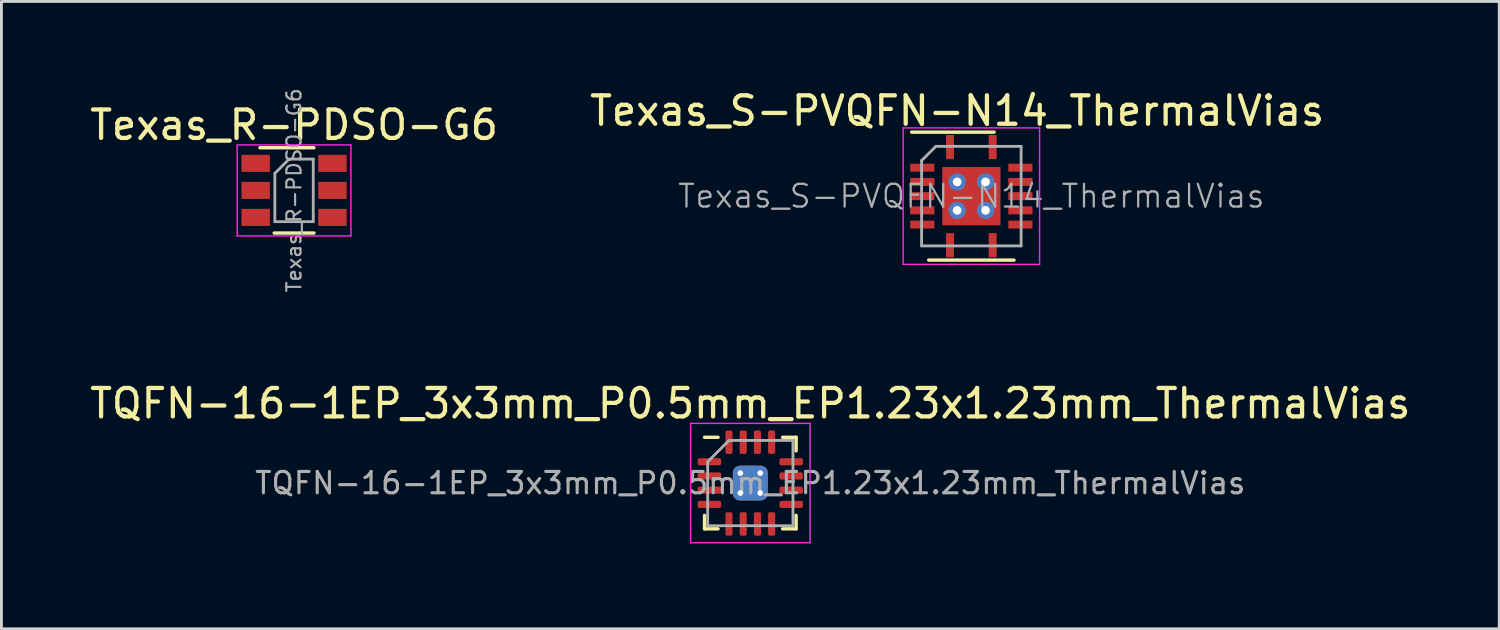
<source format=kicad_pcb>
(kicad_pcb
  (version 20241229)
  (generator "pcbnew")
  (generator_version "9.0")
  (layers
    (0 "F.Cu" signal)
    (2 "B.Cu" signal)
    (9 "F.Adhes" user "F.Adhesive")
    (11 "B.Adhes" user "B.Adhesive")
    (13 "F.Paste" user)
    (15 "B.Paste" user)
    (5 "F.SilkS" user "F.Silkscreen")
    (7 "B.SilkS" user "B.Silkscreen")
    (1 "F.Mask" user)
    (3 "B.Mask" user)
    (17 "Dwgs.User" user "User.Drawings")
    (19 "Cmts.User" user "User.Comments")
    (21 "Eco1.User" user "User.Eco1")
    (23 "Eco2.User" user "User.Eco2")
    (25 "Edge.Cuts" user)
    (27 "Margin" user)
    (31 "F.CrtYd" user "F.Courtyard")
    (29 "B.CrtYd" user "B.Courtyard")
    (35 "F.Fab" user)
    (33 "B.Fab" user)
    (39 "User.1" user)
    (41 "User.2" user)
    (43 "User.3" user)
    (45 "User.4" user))
  (footprint "Texas_S-PVQFN-N14_ThermalVias"
    (layer "F.Cu")
    (at 31.113 3.848)
    (property "Reference" "Texas_S-PVQFN-N14_ThermalVias" (at -0.5 -3 0) (layer "F.SilkS") (effects (font (size 1 1) (thickness 0.15))))
    (attr smd)
    (fp_line (start -1.5 2.25) (end 1.5 2.25) (stroke (width 0.12) (type solid)) (layer "F.SilkS"))
    (fp_line (start 0.8 -2.25) (end -2.1 -2.25) (stroke (width 0.12) (type solid)) (layer "F.SilkS"))
    (fp_line (start -2.4 -2.4) (end 2.4 -2.4) (stroke (width 0.05) (type solid)) (layer "F.CrtYd"))
    (fp_line (start -2.4 2.4) (end -2.4 -2.4) (stroke (width 0.05) (type solid)) (layer "F.CrtYd"))
    (fp_line (start 2.4 -2.4) (end 2.4 2.4) (stroke (width 0.05) (type solid)) (layer "F.CrtYd"))
    (fp_line (start 2.4 2.4) (end -2.4 2.4) (stroke (width 0.05) (type solid)) (layer "F.CrtYd"))
    (fp_line (start -1.75 1.75) (end -1.75 -1.25) (stroke (width 0.1) (type solid)) (layer "F.Fab"))
    (fp_line (start -1.25 -1.75) (end -1.75 -1.25) (stroke (width 0.1) (type solid)) (layer "F.Fab"))
    (fp_line (start -1.25 -1.75) (end 1.75 -1.75) (stroke (width 0.1) (type solid)) (layer "F.Fab"))
    (fp_line (start 1.75 -1.75) (end 1.75 1.75) (stroke (width 0.1) (type solid)) (layer "F.Fab"))
    (fp_line (start 1.75 1.75) (end -1.75 1.75) (stroke (width 0.1) (type solid)) (layer "F.Fab"))
    (fp_text user "${REFERENCE}" (at 0 0 0) (layer "F.Fab") (effects (font (size 0.8 0.8) (thickness 0.08))))
    (pad "" smd rect (at -0.56 -0.56 270) (size 0.82 0.82) (layers "F.Paste"))
    (pad "" smd rect (at -0.56 0.56 270) (size 0.82 0.82) (layers "F.Paste"))
    (pad "" smd rect (at 0.56 -0.56 270) (size 0.82 0.82) (layers "F.Paste"))
    (pad "" smd rect (at 0.56 0.56 270) (size 0.82 0.82) (layers "F.Paste"))
    (pad "1" smd rect (at -0.75 -1.725 270) (size 0.85 0.28) (layers "F.Cu" "F.Mask" "F.Paste"))
    (pad "2" smd rect (at -1.725 -1 270) (size 0.28 0.85) (layers "F.Cu" "F.Mask" "F.Paste"))
    (pad "3" smd rect (at -1.725 -0.5 270) (size 0.28 0.85) (layers "F.Cu" "F.Mask" "F.Paste"))
    (pad "4" smd rect (at -1.725 0 270) (size 0.28 0.85) (layers "F.Cu" "F.Mask" "F.Paste"))
    (pad "5" smd rect (at -1.725 0.5 270) (size 0.28 0.85) (layers "F.Cu" "F.Mask" "F.Paste"))
    (pad "6" smd rect (at -1.725 1 270) (size 0.28 0.85) (layers "F.Cu" "F.Mask" "F.Paste"))
    (pad "7" smd rect (at -0.75 1.725 270) (size 0.85 0.28) (layers "F.Cu" "F.Mask" "F.Paste"))
    (pad "8" smd rect (at 0.75 1.725 270) (size 0.85 0.28) (layers "F.Cu" "F.Mask" "F.Paste"))
    (pad "9" smd rect (at 1.725 1 270) (size 0.28 0.85) (layers "F.Cu" "F.Mask" "F.Paste"))
    (pad "10" smd rect (at 1.725 0.5 270) (size 0.28 0.85) (layers "F.Cu" "F.Mask" "F.Paste"))
    (pad "11" smd rect (at 1.725 0 270) (size 0.28 0.85) (layers "F.Cu" "F.Mask" "F.Paste"))
    (pad "12" smd rect (at 1.725 -0.5 270) (size 0.28 0.85) (layers "F.Cu" "F.Mask" "F.Paste"))
    (pad "13" smd rect (at 1.725 -1 270) (size 0.28 0.85) (layers "F.Cu" "F.Mask" "F.Paste"))
    (pad "14" smd rect (at 0.75 -1.725 270) (size 0.85 0.28) (layers "F.Cu" "F.Mask" "F.Paste"))
    (pad "15" thru_hole circle (at -0.5 -0.5 270) (size 0.61 0.61) (drill 0.305) (layers "*.Cu" "F.Mask"))
    (pad "15" thru_hole circle (at -0.5 0.5 270) (size 0.61 0.61) (drill 0.305) (layers "*.Cu" "F.Mask"))
    (pad "15" smd rect (at 0 0 270) (size 2.05 2.05) (layers "F.Cu" "F.Mask"))
    (pad "15" thru_hole circle (at 0.5 -0.5 270) (size 0.61 0.61) (drill 0.305) (layers "*.Cu" "F.Mask"))
    (pad "15" thru_hole circle (at 0.5 0.5 270) (size 0.61 0.61) (drill 0.305) (layers "*.Cu" "F.Mask")))
  (footprint "TQFN-16-1EP_3x3mm_P0.5mm_EP1.23x1.23mm_ThermalVias"
    (layer "F.Cu")
    (at 23.339 13.94)
    (property "Reference" "TQFN-16-1EP_3x3mm_P0.5mm_EP1.23x1.23mm_ThermalVias" (at 0 -2.8 0) (layer "F.SilkS") (effects (font (size 1 1) (thickness 0.15))))
    (attr smd)
    (fp_line (start -1.61 1.61) (end -1.61 1.135) (stroke (width 0.12) (type solid)) (layer "F.SilkS"))
    (fp_line (start -1.135 -1.61) (end -1.61 -1.61) (stroke (width 0.12) (type solid)) (layer "F.SilkS"))
    (fp_line (start -1.135 1.61) (end -1.61 1.61) (stroke (width 0.12) (type solid)) (layer "F.SilkS"))
    (fp_line (start 1.135 -1.61) (end 1.61 -1.61) (stroke (width 0.12) (type solid)) (layer "F.SilkS"))
    (fp_line (start 1.135 1.61) (end 1.61 1.61) (stroke (width 0.12) (type solid)) (layer "F.SilkS"))
    (fp_line (start 1.61 -1.61) (end 1.61 -1.135) (stroke (width 0.12) (type solid)) (layer "F.SilkS"))
    (fp_line (start 1.61 1.61) (end 1.61 1.135) (stroke (width 0.12) (type solid)) (layer "F.SilkS"))
    (fp_line (start -2.1 -2.1) (end -2.1 2.1) (stroke (width 0.05) (type solid)) (layer "F.CrtYd"))
    (fp_line (start -2.1 2.1) (end 2.1 2.1) (stroke (width 0.05) (type solid)) (layer "F.CrtYd"))
    (fp_line (start 2.1 -2.1) (end -2.1 -2.1) (stroke (width 0.05) (type solid)) (layer "F.CrtYd"))
    (fp_line (start 2.1 2.1) (end 2.1 -2.1) (stroke (width 0.05) (type solid)) (layer "F.CrtYd"))
    (fp_line (start -1.5 -0.75) (end -0.75 -1.5) (stroke (width 0.1) (type solid)) (layer "F.Fab"))
    (fp_line (start -1.5 1.5) (end -1.5 -0.75) (stroke (width 0.1) (type solid)) (layer "F.Fab"))
    (fp_line (start -0.75 -1.5) (end 1.5 -1.5) (stroke (width 0.1) (type solid)) (layer "F.Fab"))
    (fp_line (start 1.5 -1.5) (end 1.5 1.5) (stroke (width 0.1) (type solid)) (layer "F.Fab"))
    (fp_line (start 1.5 1.5) (end -1.5 1.5) (stroke (width 0.1) (type solid)) (layer "F.Fab"))
    (fp_text user "${REFERENCE}" (at 0 0 0) (layer "F.Fab") (effects (font (size 0.75 0.75) (thickness 0.11))))
    (pad "" smd roundrect (at -0.31 -0.31) (size 0.5 0.5) (layers "F.Paste") (roundrect_rratio 0.25))
    (pad "" smd roundrect (at -0.31 0.31) (size 0.5 0.5) (layers "F.Paste") (roundrect_rratio 0.25))
    (pad "" smd roundrect (at 0.31 -0.31) (size 0.5 0.5) (layers "F.Paste") (roundrect_rratio 0.25))
    (pad "" smd roundrect (at 0.31 0.31) (size 0.5 0.5) (layers "F.Paste") (roundrect_rratio 0.25))
    (pad "1" smd roundrect (at -1.438 -0.75) (size 0.825 0.25) (layers "F.Cu" "F.Mask" "F.Paste") (roundrect_rratio 0.25))
    (pad "2" smd roundrect (at -1.438 -0.25) (size 0.825 0.25) (layers "F.Cu" "F.Mask" "F.Paste") (roundrect_rratio 0.25))
    (pad "3" smd roundrect (at -1.438 0.25) (size 0.825 0.25) (layers "F.Cu" "F.Mask" "F.Paste") (roundrect_rratio 0.25))
    (pad "4" smd roundrect (at -1.438 0.75) (size 0.825 0.25) (layers "F.Cu" "F.Mask" "F.Paste") (roundrect_rratio 0.25))
    (pad "5" smd roundrect (at -0.75 1.438) (size 0.25 0.825) (layers "F.Cu" "F.Mask" "F.Paste") (roundrect_rratio 0.25))
    (pad "6" smd roundrect (at -0.25 1.438) (size 0.25 0.825) (layers "F.Cu" "F.Mask" "F.Paste") (roundrect_rratio 0.25))
    (pad "7" smd roundrect (at 0.25 1.438) (size 0.25 0.825) (layers "F.Cu" "F.Mask" "F.Paste") (roundrect_rratio 0.25))
    (pad "8" smd roundrect (at 0.75 1.438) (size 0.25 0.825) (layers "F.Cu" "F.Mask" "F.Paste") (roundrect_rratio 0.25))
    (pad "9" smd roundrect (at 1.438 0.75) (size 0.825 0.25) (layers "F.Cu" "F.Mask" "F.Paste") (roundrect_rratio 0.25))
    (pad "10" smd roundrect (at 1.438 0.25) (size 0.825 0.25) (layers "F.Cu" "F.Mask" "F.Paste") (roundrect_rratio 0.25))
    (pad "11" smd roundrect (at 1.438 -0.25) (size 0.825 0.25) (layers "F.Cu" "F.Mask" "F.Paste") (roundrect_rratio 0.25))
    (pad "12" smd roundrect (at 1.438 -0.75) (size 0.825 0.25) (layers "F.Cu" "F.Mask" "F.Paste") (roundrect_rratio 0.25))
    (pad "13" smd roundrect (at 0.75 -1.438) (size 0.25 0.825) (layers "F.Cu" "F.Mask" "F.Paste") (roundrect_rratio 0.25))
    (pad "14" smd roundrect (at 0.25 -1.438) (size 0.25 0.825) (layers "F.Cu" "F.Mask" "F.Paste") (roundrect_rratio 0.25))
    (pad "15" smd roundrect (at -0.25 -1.438) (size 0.25 0.825) (layers "F.Cu" "F.Mask" "F.Paste") (roundrect_rratio 0.25))
    (pad "16" smd roundrect (at -0.75 -1.438) (size 0.25 0.825) (layers "F.Cu" "F.Mask" "F.Paste") (roundrect_rratio 0.25))
    (pad "17" thru_hole circle (at -0.35 -0.35) (size 0.5 0.5) (drill 0.2) (layers "*.Cu"))
    (pad "17" thru_hole circle (at -0.35 0.35) (size 0.5 0.5) (drill 0.2) (layers "*.Cu"))
    (pad "17" smd roundrect (at 0 0) (size 1.23 1.23) (layers "F.Cu" "F.Mask") (roundrect_rratio 0.203))
    (pad "17" smd roundrect (at 0 0) (size 1.23 1.23) (layers "B.Cu") (roundrect_rratio 0.203))
    (pad "17" thru_hole circle (at 0.35 -0.35) (size 0.5 0.5) (drill 0.2) (layers "*.Cu"))
    (pad "17" thru_hole circle (at 0.35 0.35) (size 0.5 0.5) (drill 0.2) (layers "*.Cu")))
  (footprint "Texas_R-PDSO-G6"
    (layer "F.Cu")
    (at 7.292 3.646)
    (property "Reference" "Texas_R-PDSO-G6" (at 0 -2.3 0) (layer "F.SilkS") (effects (font (size 1 1) (thickness 0.15))))
    (attr smd)
    (fp_line (start -0.7 1.5) (end 0.7 1.5) (stroke (width 0.12) (type solid)) (layer "F.SilkS"))
    (fp_line (start 0.7 -1.5) (end -1.2 -1.5) (stroke (width 0.12) (type solid)) (layer "F.SilkS"))
    (fp_line (start -2 -1.6) (end -2 1.6) (stroke (width 0.05) (type solid)) (layer "F.CrtYd"))
    (fp_line (start -2 1.6) (end 2 1.6) (stroke (width 0.05) (type solid)) (layer "F.CrtYd"))
    (fp_line (start 2 -1.6) (end -2 -1.6) (stroke (width 0.05) (type solid)) (layer "F.CrtYd"))
    (fp_line (start 2 1.6) (end 2 -1.6) (stroke (width 0.05) (type solid)) (layer "F.CrtYd"))
    (fp_line (start -0.675 -0.6) (end -0.675 1.1) (stroke (width 0.1) (type solid)) (layer "F.Fab"))
    (fp_line (start -0.175 -1.1) (end -0.675 -0.6) (stroke (width 0.1) (type solid)) (layer "F.Fab"))
    (fp_line (start 0.675 -1.1) (end -0.175 -1.1) (stroke (width 0.1) (type solid)) (layer "F.Fab"))
    (fp_line (start 0.675 -1.1) (end 0.675 1.1) (stroke (width 0.1) (type solid)) (layer "F.Fab"))
    (fp_line (start 0.675 1.1) (end -0.675 1.1) (stroke (width 0.1) (type solid)) (layer "F.Fab"))
    (fp_text user "${REFERENCE}" (at 0 0 90) (layer "F.Fab") (effects (font (size 0.5 0.5) (thickness 0.075))))
    (pad "1" smd rect (at -1.35 -0.95) (size 1 0.6) (layers "F.Cu" "F.Mask" "F.Paste"))
    (pad "2" smd rect (at -1.35 0) (size 1 0.6) (layers "F.Cu" "F.Mask" "F.Paste"))
    (pad "3" smd rect (at -1.35 0.95) (size 1 0.6) (layers "F.Cu" "F.Mask" "F.Paste"))
    (pad "4" smd rect (at 1.35 0.95) (size 1 0.6) (layers "F.Cu" "F.Mask" "F.Paste"))
    (pad "5" smd rect (at 1.35 0) (size 1 0.6) (layers "F.Cu" "F.Mask" "F.Paste"))
    (pad "6" smd rect (at 1.35 -0.95) (size 1 0.6) (layers "F.Cu" "F.Mask" "F.Paste")))
  (gr_rect
    (start -3 -3)
    (end 49.679 19.065)
    (stroke (width 0.1) (type default))
    (fill no)
    (layer "Edge.Cuts")))
</source>
